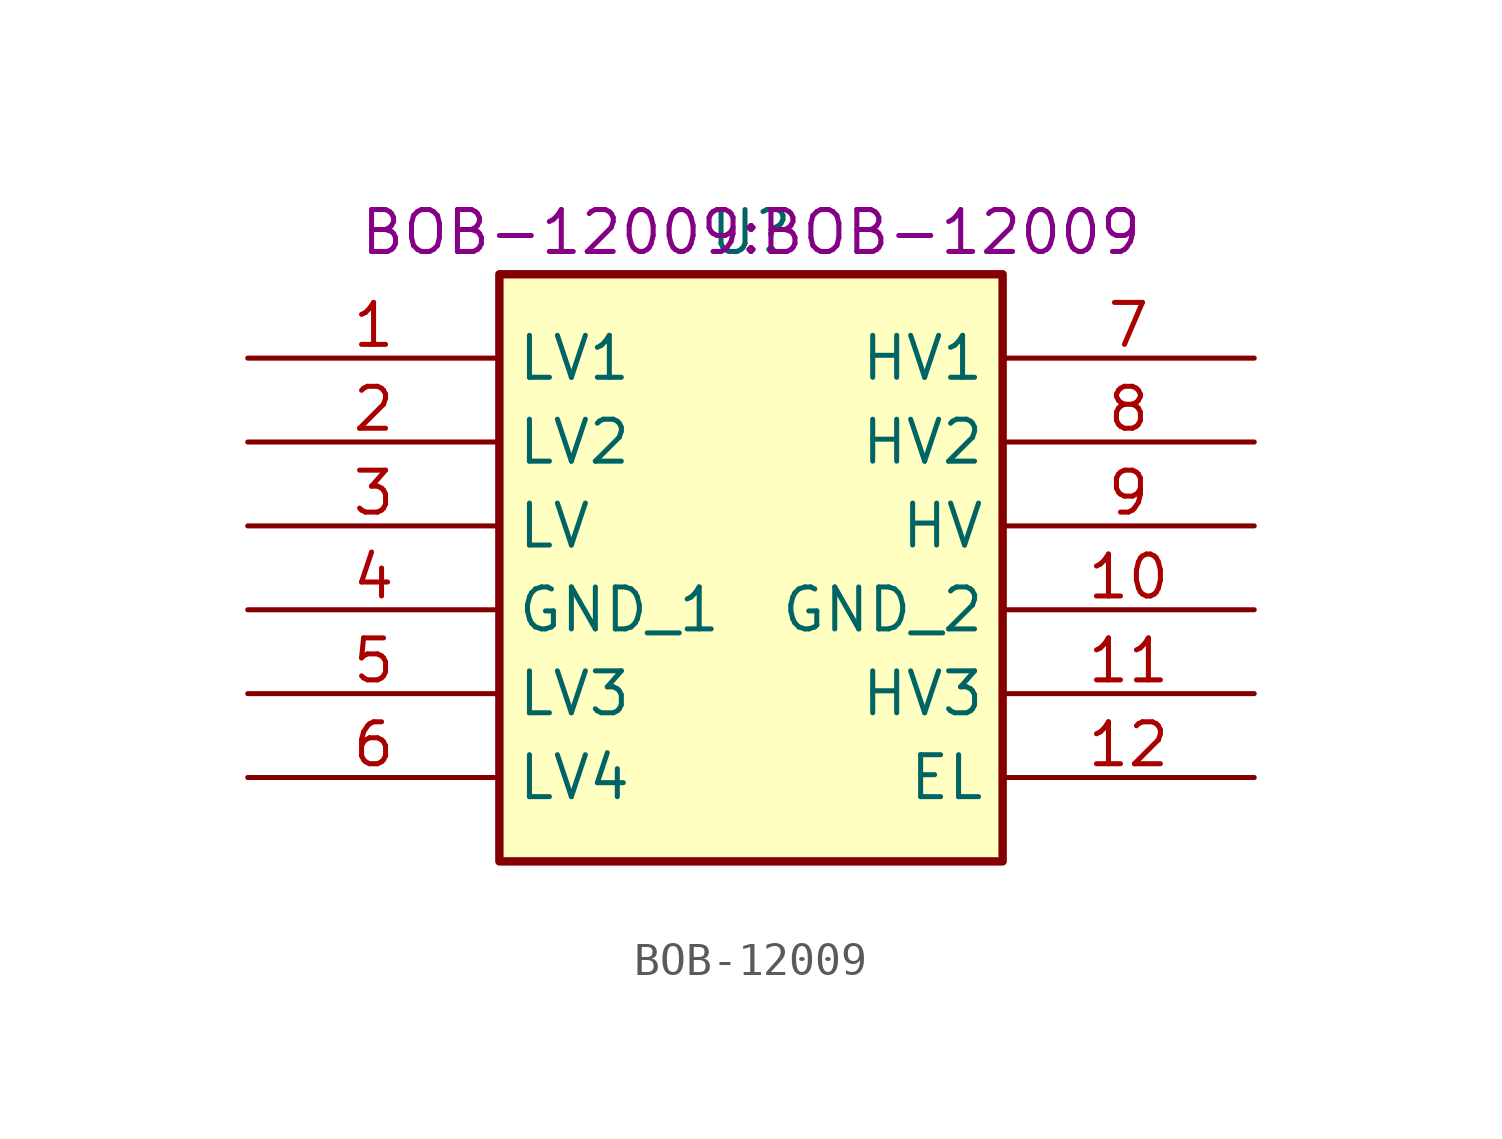
<source format=kicad_sym>
(kicad_symbol_lib
  (version 20241209)
  (generator "kicad_symbol_editor")
  (generator_version "9.0")
  (symbol "BOB-12009"
    (property "Reference" "U"
      (at 0 10.16 0)
      (effects (font (size 1.27 1.27))))
    (property "Value" ""
      (at 0 10.16 0)
      (effects (font (size 1.27 1.27))))
    (property "Footprint" "BOB-12009:BOB-12009"
      (at 0 10.16 0)
      (effects (font (size 1.27 1.27))))
    (symbol "BOB-12009_0_1"
      (rectangle (start -7.62 8.89) (end 7.62 -8.89) (stroke (width 0.254) (type default)) (fill (type background))))
    (symbol "BOB-12009_1_1"
      (pin input line (at -15.24 6.35 0) (length 7.62) (name "LV1" (effects (font (size 1.27 1.27)))) (number "1" (effects (font (size 1.27 1.27)))))
      (pin input line (at -15.24 3.81 0) (length 7.62) (name "LV2" (effects (font (size 1.27 1.27)))) (number "2" (effects (font (size 1.27 1.27)))))
      (pin input line (at -15.24 1.27 0) (length 7.62) (name "LV" (effects (font (size 1.27 1.27)))) (number "3" (effects (font (size 1.27 1.27)))))
      (pin input line (at -15.24 -1.27 0) (length 7.62) (name "GND_1" (effects (font (size 1.27 1.27)))) (number "4" (effects (font (size 1.27 1.27)))))
      (pin input line (at -15.24 -3.81 0) (length 7.62) (name "LV3" (effects (font (size 1.27 1.27)))) (number "5" (effects (font (size 1.27 1.27)))))
      (pin input line (at -15.24 -6.35 0) (length 7.62) (name "LV4" (effects (font (size 1.27 1.27)))) (number "6" (effects (font (size 1.27 1.27)))))
      (pin input line (at 15.24 6.35 180) (length 7.62) (name "HV1" (effects (font (size 1.27 1.27)))) (number "7" (effects (font (size 1.27 1.27)))))
      (pin input line (at 15.24 3.81 180) (length 7.62) (name "HV2" (effects (font (size 1.27 1.27)))) (number "8" (effects (font (size 1.27 1.27)))))
      (pin input line (at 15.24 1.27 180) (length 7.62) (name "HV" (effects (font (size 1.27 1.27)))) (number "9" (effects (font (size 1.27 1.27)))))
      (pin input line (at 15.24 -1.27 180) (length 7.62) (name "GND_2" (effects (font (size 1.27 1.27)))) (number "10" (effects (font (size 1.27 1.27)))))
      (pin input line (at 15.24 -3.81 180) (length 7.62) (name "HV3" (effects (font (size 1.27 1.27)))) (number "11" (effects (font (size 1.27 1.27)))))
      (pin input line (at 15.24 -6.35 180) (length 7.62) (name "EL" (effects (font (size 1.27 1.27)))) (number "12" (effects (font (size 1.27 1.27))))))))
</source>
